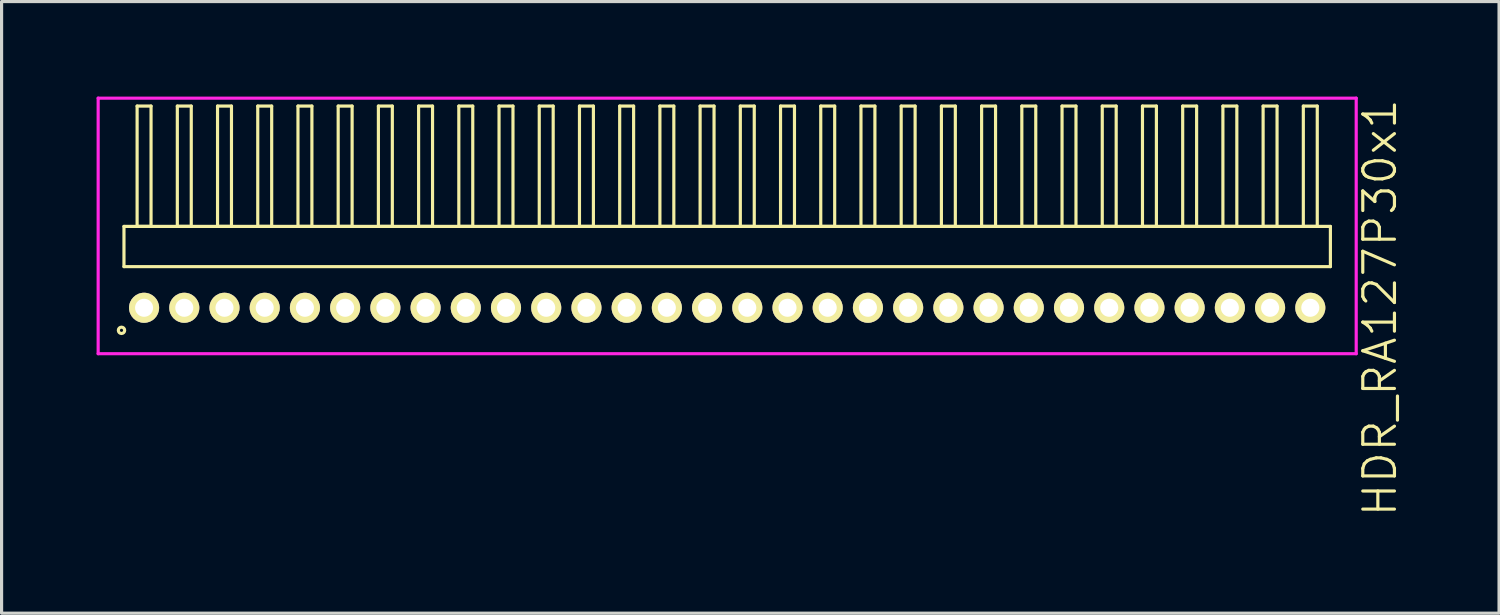
<source format=kicad_pcb>
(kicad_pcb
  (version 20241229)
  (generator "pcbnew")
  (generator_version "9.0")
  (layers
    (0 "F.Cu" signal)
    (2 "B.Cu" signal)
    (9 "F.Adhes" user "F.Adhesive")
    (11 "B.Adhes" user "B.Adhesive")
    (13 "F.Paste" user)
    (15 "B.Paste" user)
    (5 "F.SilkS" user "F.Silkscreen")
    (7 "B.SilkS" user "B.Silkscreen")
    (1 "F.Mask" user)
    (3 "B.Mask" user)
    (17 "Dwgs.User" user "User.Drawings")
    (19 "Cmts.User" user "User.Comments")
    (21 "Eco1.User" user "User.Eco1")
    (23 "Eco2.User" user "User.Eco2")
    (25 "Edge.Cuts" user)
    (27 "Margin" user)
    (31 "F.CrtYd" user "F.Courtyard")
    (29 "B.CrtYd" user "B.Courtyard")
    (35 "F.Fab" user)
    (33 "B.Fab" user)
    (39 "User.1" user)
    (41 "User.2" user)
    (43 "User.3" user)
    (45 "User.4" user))
  (footprint "HDR_RA127P30x1"
    (layer "F.Cu")
    (at 19.915 6.67)
    (property "Reference" "HDR_RA127P30x1" (at 20.615 0 90) (layer "F.SilkS") (effects (font (size 1 1) (thickness 0.1))))
    (attr through_hole)
    (fp_line (start -19.05 -2.57) (end -19.05 -1.3) (stroke (width 0.1) (type solid)) (layer "F.SilkS"))
    (fp_line (start -19.05 -1.3) (end 19.05 -1.3) (stroke (width 0.1) (type solid)) (layer "F.SilkS"))
    (fp_line (start -18.635 -6.37) (end -18.635 -2.57) (stroke (width 0.1) (type solid)) (layer "F.SilkS"))
    (fp_line (start -18.635 -2.57) (end -18.195 -2.57) (stroke (width 0.1) (type solid)) (layer "F.SilkS"))
    (fp_line (start -18.195 -6.37) (end -18.635 -6.37) (stroke (width 0.1) (type solid)) (layer "F.SilkS"))
    (fp_line (start -18.195 -2.57) (end -18.195 -6.37) (stroke (width 0.1) (type solid)) (layer "F.SilkS"))
    (fp_line (start -17.365 -6.37) (end -17.365 -2.57) (stroke (width 0.1) (type solid)) (layer "F.SilkS"))
    (fp_line (start -17.365 -2.57) (end -16.925 -2.57) (stroke (width 0.1) (type solid)) (layer "F.SilkS"))
    (fp_line (start -16.925 -6.37) (end -17.365 -6.37) (stroke (width 0.1) (type solid)) (layer "F.SilkS"))
    (fp_line (start -16.925 -2.57) (end -16.925 -6.37) (stroke (width 0.1) (type solid)) (layer "F.SilkS"))
    (fp_line (start -16.095 -6.37) (end -16.095 -2.57) (stroke (width 0.1) (type solid)) (layer "F.SilkS"))
    (fp_line (start -16.095 -2.57) (end -15.655 -2.57) (stroke (width 0.1) (type solid)) (layer "F.SilkS"))
    (fp_line (start -15.655 -6.37) (end -16.095 -6.37) (stroke (width 0.1) (type solid)) (layer "F.SilkS"))
    (fp_line (start -15.655 -2.57) (end -15.655 -6.37) (stroke (width 0.1) (type solid)) (layer "F.SilkS"))
    (fp_line (start -14.825 -6.37) (end -14.825 -2.57) (stroke (width 0.1) (type solid)) (layer "F.SilkS"))
    (fp_line (start -14.825 -2.57) (end -14.385 -2.57) (stroke (width 0.1) (type solid)) (layer "F.SilkS"))
    (fp_line (start -14.385 -6.37) (end -14.825 -6.37) (stroke (width 0.1) (type solid)) (layer "F.SilkS"))
    (fp_line (start -14.385 -2.57) (end -14.385 -6.37) (stroke (width 0.1) (type solid)) (layer "F.SilkS"))
    (fp_line (start -13.555 -6.37) (end -13.555 -2.57) (stroke (width 0.1) (type solid)) (layer "F.SilkS"))
    (fp_line (start -13.555 -2.57) (end -13.115 -2.57) (stroke (width 0.1) (type solid)) (layer "F.SilkS"))
    (fp_line (start -13.115 -6.37) (end -13.555 -6.37) (stroke (width 0.1) (type solid)) (layer "F.SilkS"))
    (fp_line (start -13.115 -2.57) (end -13.115 -6.37) (stroke (width 0.1) (type solid)) (layer "F.SilkS"))
    (fp_line (start -12.285 -6.37) (end -12.285 -2.57) (stroke (width 0.1) (type solid)) (layer "F.SilkS"))
    (fp_line (start -12.285 -2.57) (end -11.845 -2.57) (stroke (width 0.1) (type solid)) (layer "F.SilkS"))
    (fp_line (start -11.845 -6.37) (end -12.285 -6.37) (stroke (width 0.1) (type solid)) (layer "F.SilkS"))
    (fp_line (start -11.845 -2.57) (end -11.845 -6.37) (stroke (width 0.1) (type solid)) (layer "F.SilkS"))
    (fp_line (start -11.015 -6.37) (end -11.015 -2.57) (stroke (width 0.1) (type solid)) (layer "F.SilkS"))
    (fp_line (start -11.015 -2.57) (end -10.575 -2.57) (stroke (width 0.1) (type solid)) (layer "F.SilkS"))
    (fp_line (start -10.575 -6.37) (end -11.015 -6.37) (stroke (width 0.1) (type solid)) (layer "F.SilkS"))
    (fp_line (start -10.575 -2.57) (end -10.575 -6.37) (stroke (width 0.1) (type solid)) (layer "F.SilkS"))
    (fp_line (start -9.745 -6.37) (end -9.745 -2.57) (stroke (width 0.1) (type solid)) (layer "F.SilkS"))
    (fp_line (start -9.745 -2.57) (end -9.305 -2.57) (stroke (width 0.1) (type solid)) (layer "F.SilkS"))
    (fp_line (start -9.305 -6.37) (end -9.745 -6.37) (stroke (width 0.1) (type solid)) (layer "F.SilkS"))
    (fp_line (start -9.305 -2.57) (end -9.305 -6.37) (stroke (width 0.1) (type solid)) (layer "F.SilkS"))
    (fp_line (start -8.475 -6.37) (end -8.475 -2.57) (stroke (width 0.1) (type solid)) (layer "F.SilkS"))
    (fp_line (start -8.475 -2.57) (end -8.035 -2.57) (stroke (width 0.1) (type solid)) (layer "F.SilkS"))
    (fp_line (start -8.035 -6.37) (end -8.475 -6.37) (stroke (width 0.1) (type solid)) (layer "F.SilkS"))
    (fp_line (start -8.035 -2.57) (end -8.035 -6.37) (stroke (width 0.1) (type solid)) (layer "F.SilkS"))
    (fp_line (start -7.205 -6.37) (end -7.205 -2.57) (stroke (width 0.1) (type solid)) (layer "F.SilkS"))
    (fp_line (start -7.205 -2.57) (end -6.765 -2.57) (stroke (width 0.1) (type solid)) (layer "F.SilkS"))
    (fp_line (start -6.765 -6.37) (end -7.205 -6.37) (stroke (width 0.1) (type solid)) (layer "F.SilkS"))
    (fp_line (start -6.765 -2.57) (end -6.765 -6.37) (stroke (width 0.1) (type solid)) (layer "F.SilkS"))
    (fp_line (start -5.935 -6.37) (end -5.935 -2.57) (stroke (width 0.1) (type solid)) (layer "F.SilkS"))
    (fp_line (start -5.935 -2.57) (end -5.495 -2.57) (stroke (width 0.1) (type solid)) (layer "F.SilkS"))
    (fp_line (start -5.495 -6.37) (end -5.935 -6.37) (stroke (width 0.1) (type solid)) (layer "F.SilkS"))
    (fp_line (start -5.495 -2.57) (end -5.495 -6.37) (stroke (width 0.1) (type solid)) (layer "F.SilkS"))
    (fp_line (start -4.665 -6.37) (end -4.665 -2.57) (stroke (width 0.1) (type solid)) (layer "F.SilkS"))
    (fp_line (start -4.665 -2.57) (end -4.225 -2.57) (stroke (width 0.1) (type solid)) (layer "F.SilkS"))
    (fp_line (start -4.225 -6.37) (end -4.665 -6.37) (stroke (width 0.1) (type solid)) (layer "F.SilkS"))
    (fp_line (start -4.225 -2.57) (end -4.225 -6.37) (stroke (width 0.1) (type solid)) (layer "F.SilkS"))
    (fp_line (start -3.395 -6.37) (end -3.395 -2.57) (stroke (width 0.1) (type solid)) (layer "F.SilkS"))
    (fp_line (start -3.395 -2.57) (end -2.955 -2.57) (stroke (width 0.1) (type solid)) (layer "F.SilkS"))
    (fp_line (start -2.955 -6.37) (end -3.395 -6.37) (stroke (width 0.1) (type solid)) (layer "F.SilkS"))
    (fp_line (start -2.955 -2.57) (end -2.955 -6.37) (stroke (width 0.1) (type solid)) (layer "F.SilkS"))
    (fp_line (start -2.125 -6.37) (end -2.125 -2.57) (stroke (width 0.1) (type solid)) (layer "F.SilkS"))
    (fp_line (start -2.125 -2.57) (end -1.685 -2.57) (stroke (width 0.1) (type solid)) (layer "F.SilkS"))
    (fp_line (start -1.685 -6.37) (end -2.125 -6.37) (stroke (width 0.1) (type solid)) (layer "F.SilkS"))
    (fp_line (start -1.685 -2.57) (end -1.685 -6.37) (stroke (width 0.1) (type solid)) (layer "F.SilkS"))
    (fp_line (start -0.855 -6.37) (end -0.855 -2.57) (stroke (width 0.1) (type solid)) (layer "F.SilkS"))
    (fp_line (start -0.855 -2.57) (end -0.415 -2.57) (stroke (width 0.1) (type solid)) (layer "F.SilkS"))
    (fp_line (start -0.415 -6.37) (end -0.855 -6.37) (stroke (width 0.1) (type solid)) (layer "F.SilkS"))
    (fp_line (start -0.415 -2.57) (end -0.415 -6.37) (stroke (width 0.1) (type solid)) (layer "F.SilkS"))
    (fp_line (start 0.415 -6.37) (end 0.415 -2.57) (stroke (width 0.1) (type solid)) (layer "F.SilkS"))
    (fp_line (start 0.415 -2.57) (end 0.855 -2.57) (stroke (width 0.1) (type solid)) (layer "F.SilkS"))
    (fp_line (start 0.855 -6.37) (end 0.415 -6.37) (stroke (width 0.1) (type solid)) (layer "F.SilkS"))
    (fp_line (start 0.855 -2.57) (end 0.855 -6.37) (stroke (width 0.1) (type solid)) (layer "F.SilkS"))
    (fp_line (start 1.685 -6.37) (end 1.685 -2.57) (stroke (width 0.1) (type solid)) (layer "F.SilkS"))
    (fp_line (start 1.685 -2.57) (end 2.125 -2.57) (stroke (width 0.1) (type solid)) (layer "F.SilkS"))
    (fp_line (start 2.125 -6.37) (end 1.685 -6.37) (stroke (width 0.1) (type solid)) (layer "F.SilkS"))
    (fp_line (start 2.125 -2.57) (end 2.125 -6.37) (stroke (width 0.1) (type solid)) (layer "F.SilkS"))
    (fp_line (start 2.955 -6.37) (end 2.955 -2.57) (stroke (width 0.1) (type solid)) (layer "F.SilkS"))
    (fp_line (start 2.955 -2.57) (end 3.395 -2.57) (stroke (width 0.1) (type solid)) (layer "F.SilkS"))
    (fp_line (start 3.395 -6.37) (end 2.955 -6.37) (stroke (width 0.1) (type solid)) (layer "F.SilkS"))
    (fp_line (start 3.395 -2.57) (end 3.395 -6.37) (stroke (width 0.1) (type solid)) (layer "F.SilkS"))
    (fp_line (start 4.225 -6.37) (end 4.225 -2.57) (stroke (width 0.1) (type solid)) (layer "F.SilkS"))
    (fp_line (start 4.225 -2.57) (end 4.665 -2.57) (stroke (width 0.1) (type solid)) (layer "F.SilkS"))
    (fp_line (start 4.665 -6.37) (end 4.225 -6.37) (stroke (width 0.1) (type solid)) (layer "F.SilkS"))
    (fp_line (start 4.665 -2.57) (end 4.665 -6.37) (stroke (width 0.1) (type solid)) (layer "F.SilkS"))
    (fp_line (start 5.495 -6.37) (end 5.495 -2.57) (stroke (width 0.1) (type solid)) (layer "F.SilkS"))
    (fp_line (start 5.495 -2.57) (end 5.935 -2.57) (stroke (width 0.1) (type solid)) (layer "F.SilkS"))
    (fp_line (start 5.935 -6.37) (end 5.495 -6.37) (stroke (width 0.1) (type solid)) (layer "F.SilkS"))
    (fp_line (start 5.935 -2.57) (end 5.935 -6.37) (stroke (width 0.1) (type solid)) (layer "F.SilkS"))
    (fp_line (start 6.765 -6.37) (end 6.765 -2.57) (stroke (width 0.1) (type solid)) (layer "F.SilkS"))
    (fp_line (start 6.765 -2.57) (end 7.205 -2.57) (stroke (width 0.1) (type solid)) (layer "F.SilkS"))
    (fp_line (start 7.205 -6.37) (end 6.765 -6.37) (stroke (width 0.1) (type solid)) (layer "F.SilkS"))
    (fp_line (start 7.205 -2.57) (end 7.205 -6.37) (stroke (width 0.1) (type solid)) (layer "F.SilkS"))
    (fp_line (start 8.035 -6.37) (end 8.035 -2.57) (stroke (width 0.1) (type solid)) (layer "F.SilkS"))
    (fp_line (start 8.035 -2.57) (end 8.475 -2.57) (stroke (width 0.1) (type solid)) (layer "F.SilkS"))
    (fp_line (start 8.475 -6.37) (end 8.035 -6.37) (stroke (width 0.1) (type solid)) (layer "F.SilkS"))
    (fp_line (start 8.475 -2.57) (end 8.475 -6.37) (stroke (width 0.1) (type solid)) (layer "F.SilkS"))
    (fp_line (start 9.305 -6.37) (end 9.305 -2.57) (stroke (width 0.1) (type solid)) (layer "F.SilkS"))
    (fp_line (start 9.305 -2.57) (end 9.745 -2.57) (stroke (width 0.1) (type solid)) (layer "F.SilkS"))
    (fp_line (start 9.745 -6.37) (end 9.305 -6.37) (stroke (width 0.1) (type solid)) (layer "F.SilkS"))
    (fp_line (start 9.745 -2.57) (end 9.745 -6.37) (stroke (width 0.1) (type solid)) (layer "F.SilkS"))
    (fp_line (start 10.575 -6.37) (end 10.575 -2.57) (stroke (width 0.1) (type solid)) (layer "F.SilkS"))
    (fp_line (start 10.575 -2.57) (end 11.015 -2.57) (stroke (width 0.1) (type solid)) (layer "F.SilkS"))
    (fp_line (start 11.015 -6.37) (end 10.575 -6.37) (stroke (width 0.1) (type solid)) (layer "F.SilkS"))
    (fp_line (start 11.015 -2.57) (end 11.015 -6.37) (stroke (width 0.1) (type solid)) (layer "F.SilkS"))
    (fp_line (start 11.845 -6.37) (end 11.845 -2.57) (stroke (width 0.1) (type solid)) (layer "F.SilkS"))
    (fp_line (start 11.845 -2.57) (end 12.285 -2.57) (stroke (width 0.1) (type solid)) (layer "F.SilkS"))
    (fp_line (start 12.285 -6.37) (end 11.845 -6.37) (stroke (width 0.1) (type solid)) (layer "F.SilkS"))
    (fp_line (start 12.285 -2.57) (end 12.285 -6.37) (stroke (width 0.1) (type solid)) (layer "F.SilkS"))
    (fp_line (start 13.115 -6.37) (end 13.115 -2.57) (stroke (width 0.1) (type solid)) (layer "F.SilkS"))
    (fp_line (start 13.115 -2.57) (end 13.555 -2.57) (stroke (width 0.1) (type solid)) (layer "F.SilkS"))
    (fp_line (start 13.555 -6.37) (end 13.115 -6.37) (stroke (width 0.1) (type solid)) (layer "F.SilkS"))
    (fp_line (start 13.555 -2.57) (end 13.555 -6.37) (stroke (width 0.1) (type solid)) (layer "F.SilkS"))
    (fp_line (start 14.385 -6.37) (end 14.385 -2.57) (stroke (width 0.1) (type solid)) (layer "F.SilkS"))
    (fp_line (start 14.385 -2.57) (end 14.825 -2.57) (stroke (width 0.1) (type solid)) (layer "F.SilkS"))
    (fp_line (start 14.825 -6.37) (end 14.385 -6.37) (stroke (width 0.1) (type solid)) (layer "F.SilkS"))
    (fp_line (start 14.825 -2.57) (end 14.825 -6.37) (stroke (width 0.1) (type solid)) (layer "F.SilkS"))
    (fp_line (start 15.655 -6.37) (end 15.655 -2.57) (stroke (width 0.1) (type solid)) (layer "F.SilkS"))
    (fp_line (start 15.655 -2.57) (end 16.095 -2.57) (stroke (width 0.1) (type solid)) (layer "F.SilkS"))
    (fp_line (start 16.095 -6.37) (end 15.655 -6.37) (stroke (width 0.1) (type solid)) (layer "F.SilkS"))
    (fp_line (start 16.095 -2.57) (end 16.095 -6.37) (stroke (width 0.1) (type solid)) (layer "F.SilkS"))
    (fp_line (start 16.925 -6.37) (end 16.925 -2.57) (stroke (width 0.1) (type solid)) (layer "F.SilkS"))
    (fp_line (start 16.925 -2.57) (end 17.365 -2.57) (stroke (width 0.1) (type solid)) (layer "F.SilkS"))
    (fp_line (start 17.365 -6.37) (end 16.925 -6.37) (stroke (width 0.1) (type solid)) (layer "F.SilkS"))
    (fp_line (start 17.365 -2.57) (end 17.365 -6.37) (stroke (width 0.1) (type solid)) (layer "F.SilkS"))
    (fp_line (start 18.195 -6.37) (end 18.195 -2.57) (stroke (width 0.1) (type solid)) (layer "F.SilkS"))
    (fp_line (start 18.195 -2.57) (end 18.635 -2.57) (stroke (width 0.1) (type solid)) (layer "F.SilkS"))
    (fp_line (start 18.635 -6.37) (end 18.195 -6.37) (stroke (width 0.1) (type solid)) (layer "F.SilkS"))
    (fp_line (start 18.635 -2.57) (end 18.635 -6.37) (stroke (width 0.1) (type solid)) (layer "F.SilkS"))
    (fp_line (start 19.05 -2.57) (end -19.05 -2.57) (stroke (width 0.1) (type solid)) (layer "F.SilkS"))
    (fp_line (start 19.05 -1.3) (end 19.05 -2.57) (stroke (width 0.1) (type solid)) (layer "F.SilkS"))
    (fp_circle (center -19.128 0.712) (end -19.028 0.712) (stroke (width 0.1) (type solid)) (fill no) (layer "F.SilkS"))
    (fp_line (start -19.865 -6.62) (end -19.865 1.45) (stroke (width 0.1) (type solid)) (layer "F.CrtYd"))
    (fp_line (start -19.865 1.45) (end 19.865 1.45) (stroke (width 0.1) (type solid)) (layer "F.CrtYd"))
    (fp_line (start 19.865 -6.62) (end -19.865 -6.62) (stroke (width 0.1) (type solid)) (layer "F.CrtYd"))
    (fp_line (start 19.865 1.45) (end 19.865 -6.62) (stroke (width 0.1) (type solid)) (layer "F.CrtYd"))
    (pad "1" thru_hole oval (at -18.415 0) (size 0.95 0.95) (drill 0.57) (layers "*.Cu" "*.Mask" "F.SilkS"))
    (pad "2" thru_hole oval (at -17.145 0) (size 0.95 0.95) (drill 0.57) (layers "*.Cu" "*.Mask" "F.SilkS"))
    (pad "3" thru_hole oval (at -15.875 0) (size 0.95 0.95) (drill 0.57) (layers "*.Cu" "*.Mask" "F.SilkS"))
    (pad "4" thru_hole oval (at -14.605 0) (size 0.95 0.95) (drill 0.57) (layers "*.Cu" "*.Mask" "F.SilkS"))
    (pad "5" thru_hole oval (at -13.335 0) (size 0.95 0.95) (drill 0.57) (layers "*.Cu" "*.Mask" "F.SilkS"))
    (pad "6" thru_hole oval (at -12.065 0) (size 0.95 0.95) (drill 0.57) (layers "*.Cu" "*.Mask" "F.SilkS"))
    (pad "7" thru_hole oval (at -10.795 0) (size 0.95 0.95) (drill 0.57) (layers "*.Cu" "*.Mask" "F.SilkS"))
    (pad "8" thru_hole oval (at -9.525 0) (size 0.95 0.95) (drill 0.57) (layers "*.Cu" "*.Mask" "F.SilkS"))
    (pad "9" thru_hole oval (at -8.255 0) (size 0.95 0.95) (drill 0.57) (layers "*.Cu" "*.Mask" "F.SilkS"))
    (pad "10" thru_hole oval (at -6.985 0) (size 0.95 0.95) (drill 0.57) (layers "*.Cu" "*.Mask" "F.SilkS"))
    (pad "11" thru_hole oval (at -5.715 0) (size 0.95 0.95) (drill 0.57) (layers "*.Cu" "*.Mask" "F.SilkS"))
    (pad "12" thru_hole oval (at -4.445 0) (size 0.95 0.95) (drill 0.57) (layers "*.Cu" "*.Mask" "F.SilkS"))
    (pad "13" thru_hole oval (at -3.175 0) (size 0.95 0.95) (drill 0.57) (layers "*.Cu" "*.Mask" "F.SilkS"))
    (pad "14" thru_hole oval (at -1.905 0) (size 0.95 0.95) (drill 0.57) (layers "*.Cu" "*.Mask" "F.SilkS"))
    (pad "15" thru_hole oval (at -0.635 0) (size 0.95 0.95) (drill 0.57) (layers "*.Cu" "*.Mask" "F.SilkS"))
    (pad "16" thru_hole oval (at 0.635 0) (size 0.95 0.95) (drill 0.57) (layers "*.Cu" "*.Mask" "F.SilkS"))
    (pad "17" thru_hole oval (at 1.905 0) (size 0.95 0.95) (drill 0.57) (layers "*.Cu" "*.Mask" "F.SilkS"))
    (pad "18" thru_hole oval (at 3.175 0) (size 0.95 0.95) (drill 0.57) (layers "*.Cu" "*.Mask" "F.SilkS"))
    (pad "19" thru_hole oval (at 4.445 0) (size 0.95 0.95) (drill 0.57) (layers "*.Cu" "*.Mask" "F.SilkS"))
    (pad "20" thru_hole oval (at 5.715 0) (size 0.95 0.95) (drill 0.57) (layers "*.Cu" "*.Mask" "F.SilkS"))
    (pad "21" thru_hole oval (at 6.985 0) (size 0.95 0.95) (drill 0.57) (layers "*.Cu" "*.Mask" "F.SilkS"))
    (pad "22" thru_hole oval (at 8.255 0) (size 0.95 0.95) (drill 0.57) (layers "*.Cu" "*.Mask" "F.SilkS"))
    (pad "23" thru_hole oval (at 9.525 0) (size 0.95 0.95) (drill 0.57) (layers "*.Cu" "*.Mask" "F.SilkS"))
    (pad "24" thru_hole oval (at 10.795 0) (size 0.95 0.95) (drill 0.57) (layers "*.Cu" "*.Mask" "F.SilkS"))
    (pad "25" thru_hole oval (at 12.065 0) (size 0.95 0.95) (drill 0.57) (layers "*.Cu" "*.Mask" "F.SilkS"))
    (pad "26" thru_hole oval (at 13.335 0) (size 0.95 0.95) (drill 0.57) (layers "*.Cu" "*.Mask" "F.SilkS"))
    (pad "27" thru_hole oval (at 14.605 0) (size 0.95 0.95) (drill 0.57) (layers "*.Cu" "*.Mask" "F.SilkS"))
    (pad "28" thru_hole oval (at 15.875 0) (size 0.95 0.95) (drill 0.57) (layers "*.Cu" "*.Mask" "F.SilkS"))
    (pad "29" thru_hole oval (at 17.145 0) (size 0.95 0.95) (drill 0.57) (layers "*.Cu" "*.Mask" "F.SilkS"))
    (pad "30" thru_hole oval (at 18.415 0) (size 0.95 0.95) (drill 0.57) (layers "*.Cu" "*.Mask" "F.SilkS")))
  (gr_rect
    (start -3 -3)
    (end 44.291 16.315)
    (stroke (width 0.1) (type default))
    (fill no)
    (layer "Edge.Cuts")))
</source>
